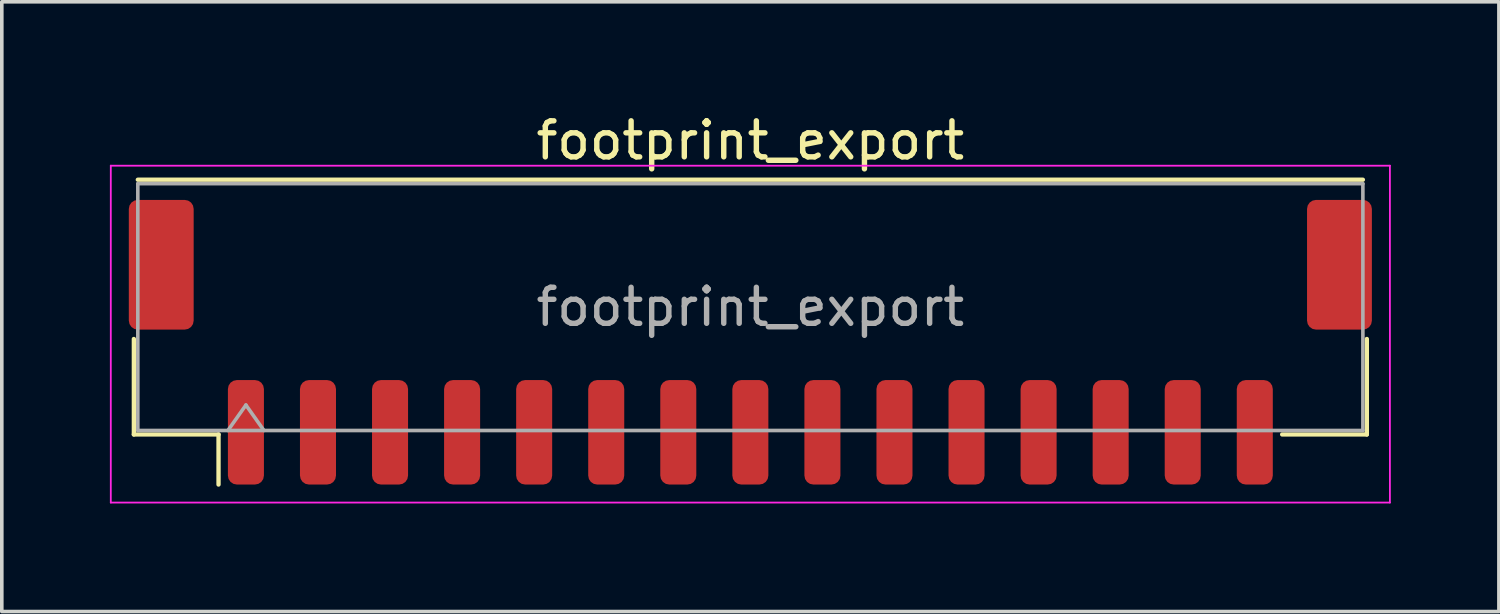
<source format=kicad_pcb>
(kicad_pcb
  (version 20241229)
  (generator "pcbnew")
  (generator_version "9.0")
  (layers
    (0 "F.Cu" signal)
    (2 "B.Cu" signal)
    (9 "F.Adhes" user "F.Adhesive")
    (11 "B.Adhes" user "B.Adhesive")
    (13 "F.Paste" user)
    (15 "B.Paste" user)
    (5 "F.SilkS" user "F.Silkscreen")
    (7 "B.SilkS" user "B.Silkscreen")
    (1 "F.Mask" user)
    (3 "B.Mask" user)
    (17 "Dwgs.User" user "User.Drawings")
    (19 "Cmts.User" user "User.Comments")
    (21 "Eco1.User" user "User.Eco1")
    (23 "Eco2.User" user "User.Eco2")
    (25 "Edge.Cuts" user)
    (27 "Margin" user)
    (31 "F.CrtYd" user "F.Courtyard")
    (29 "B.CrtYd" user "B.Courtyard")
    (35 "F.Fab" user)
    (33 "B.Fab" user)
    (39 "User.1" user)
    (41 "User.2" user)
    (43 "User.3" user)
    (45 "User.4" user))
  (footprint "footprint_export"
    (layer "F.Cu")
    (at 17.775 6.448)
    (property "Reference" "footprint_export" (at 0 -5.6 0) (layer "F.SilkS") (effects (font (size 1 1) (thickness 0.15))))
    (attr smd)
    (fp_line (start -17.11 -0.09) (end -17.11 2.56) (stroke (width 0.12) (type solid)) (layer "F.SilkS"))
    (fp_line (start -17.11 2.56) (end -14.76 2.56) (stroke (width 0.12) (type solid)) (layer "F.SilkS"))
    (fp_line (start -17 -4.51) (end 17 -4.51) (stroke (width 0.12) (type solid)) (layer "F.SilkS"))
    (fp_line (start -14.76 2.56) (end -14.76 3.95) (stroke (width 0.12) (type solid)) (layer "F.SilkS"))
    (fp_line (start 17.11 -0.09) (end 17.11 2.56) (stroke (width 0.12) (type solid)) (layer "F.SilkS"))
    (fp_line (start 17.11 2.56) (end 14.76 2.56) (stroke (width 0.12) (type solid)) (layer "F.SilkS"))
    (fp_line (start -17.75 -4.9) (end -17.75 4.45) (stroke (width 0.05) (type solid)) (layer "F.CrtYd"))
    (fp_line (start -17.75 4.45) (end 17.75 4.45) (stroke (width 0.05) (type solid)) (layer "F.CrtYd"))
    (fp_line (start 17.75 -4.9) (end -17.75 -4.9) (stroke (width 0.05) (type solid)) (layer "F.CrtYd"))
    (fp_line (start 17.75 4.45) (end 17.75 -4.9) (stroke (width 0.05) (type solid)) (layer "F.CrtYd"))
    (fp_line (start -17 -4.4) (end 17 -4.4) (stroke (width 0.1) (type solid)) (layer "F.Fab"))
    (fp_line (start -17 2.45) (end -17 -4.4) (stroke (width 0.1) (type solid)) (layer "F.Fab"))
    (fp_line (start -17 2.45) (end 17 2.45) (stroke (width 0.1) (type solid)) (layer "F.Fab"))
    (fp_line (start -14.5 2.45) (end -14 1.743) (stroke (width 0.1) (type solid)) (layer "F.Fab"))
    (fp_line (start -14 1.743) (end -13.5 2.45) (stroke (width 0.1) (type solid)) (layer "F.Fab"))
    (fp_line (start 17 2.45) (end 17 -4.4) (stroke (width 0.1) (type solid)) (layer "F.Fab"))
    (fp_text user "${REFERENCE}" (at 0 -0.98 0) (layer "F.Fab") (effects (font (size 1 1) (thickness 0.15))))
    (pad "1" smd roundrect (at -14 2.5) (size 1 2.9) (layers "F.Cu" "F.Mask" "F.Paste") (roundrect_rratio 0.25))
    (pad "2" smd roundrect (at -12 2.5) (size 1 2.9) (layers "F.Cu" "F.Mask" "F.Paste") (roundrect_rratio 0.25))
    (pad "3" smd roundrect (at -10 2.5) (size 1 2.9) (layers "F.Cu" "F.Mask" "F.Paste") (roundrect_rratio 0.25))
    (pad "4" smd roundrect (at -8 2.5) (size 1 2.9) (layers "F.Cu" "F.Mask" "F.Paste") (roundrect_rratio 0.25))
    (pad "5" smd roundrect (at -6 2.5) (size 1 2.9) (layers "F.Cu" "F.Mask" "F.Paste") (roundrect_rratio 0.25))
    (pad "6" smd roundrect (at -4 2.5) (size 1 2.9) (layers "F.Cu" "F.Mask" "F.Paste") (roundrect_rratio 0.25))
    (pad "7" smd roundrect (at -2 2.5) (size 1 2.9) (layers "F.Cu" "F.Mask" "F.Paste") (roundrect_rratio 0.25))
    (pad "8" smd roundrect (at 0 2.5) (size 1 2.9) (layers "F.Cu" "F.Mask" "F.Paste") (roundrect_rratio 0.25))
    (pad "9" smd roundrect (at 2 2.5) (size 1 2.9) (layers "F.Cu" "F.Mask" "F.Paste") (roundrect_rratio 0.25))
    (pad "10" smd roundrect (at 4 2.5) (size 1 2.9) (layers "F.Cu" "F.Mask" "F.Paste") (roundrect_rratio 0.25))
    (pad "11" smd roundrect (at 6 2.5) (size 1 2.9) (layers "F.Cu" "F.Mask" "F.Paste") (roundrect_rratio 0.25))
    (pad "12" smd roundrect (at 8 2.5) (size 1 2.9) (layers "F.Cu" "F.Mask" "F.Paste") (roundrect_rratio 0.25))
    (pad "13" smd roundrect (at 10 2.5) (size 1 2.9) (layers "F.Cu" "F.Mask" "F.Paste") (roundrect_rratio 0.25))
    (pad "14" smd roundrect (at 12 2.5) (size 1 2.9) (layers "F.Cu" "F.Mask" "F.Paste") (roundrect_rratio 0.25))
    (pad "15" smd roundrect (at 14 2.5) (size 1 2.9) (layers "F.Cu" "F.Mask" "F.Paste") (roundrect_rratio 0.25))
    (pad "MP" smd roundrect (at -16.35 -2.15) (size 1.8 3.6) (layers "F.Cu" "F.Mask" "F.Paste") (roundrect_rratio 0.139))
    (pad "MP" smd roundrect (at 16.35 -2.15) (size 1.8 3.6) (layers "F.Cu" "F.Mask" "F.Paste") (roundrect_rratio 0.139)))
  (gr_rect
    (start -3 -3)
    (end 38.55 13.923)
    (stroke (width 0.1) (type default))
    (fill no)
    (layer "Edge.Cuts")))
</source>
